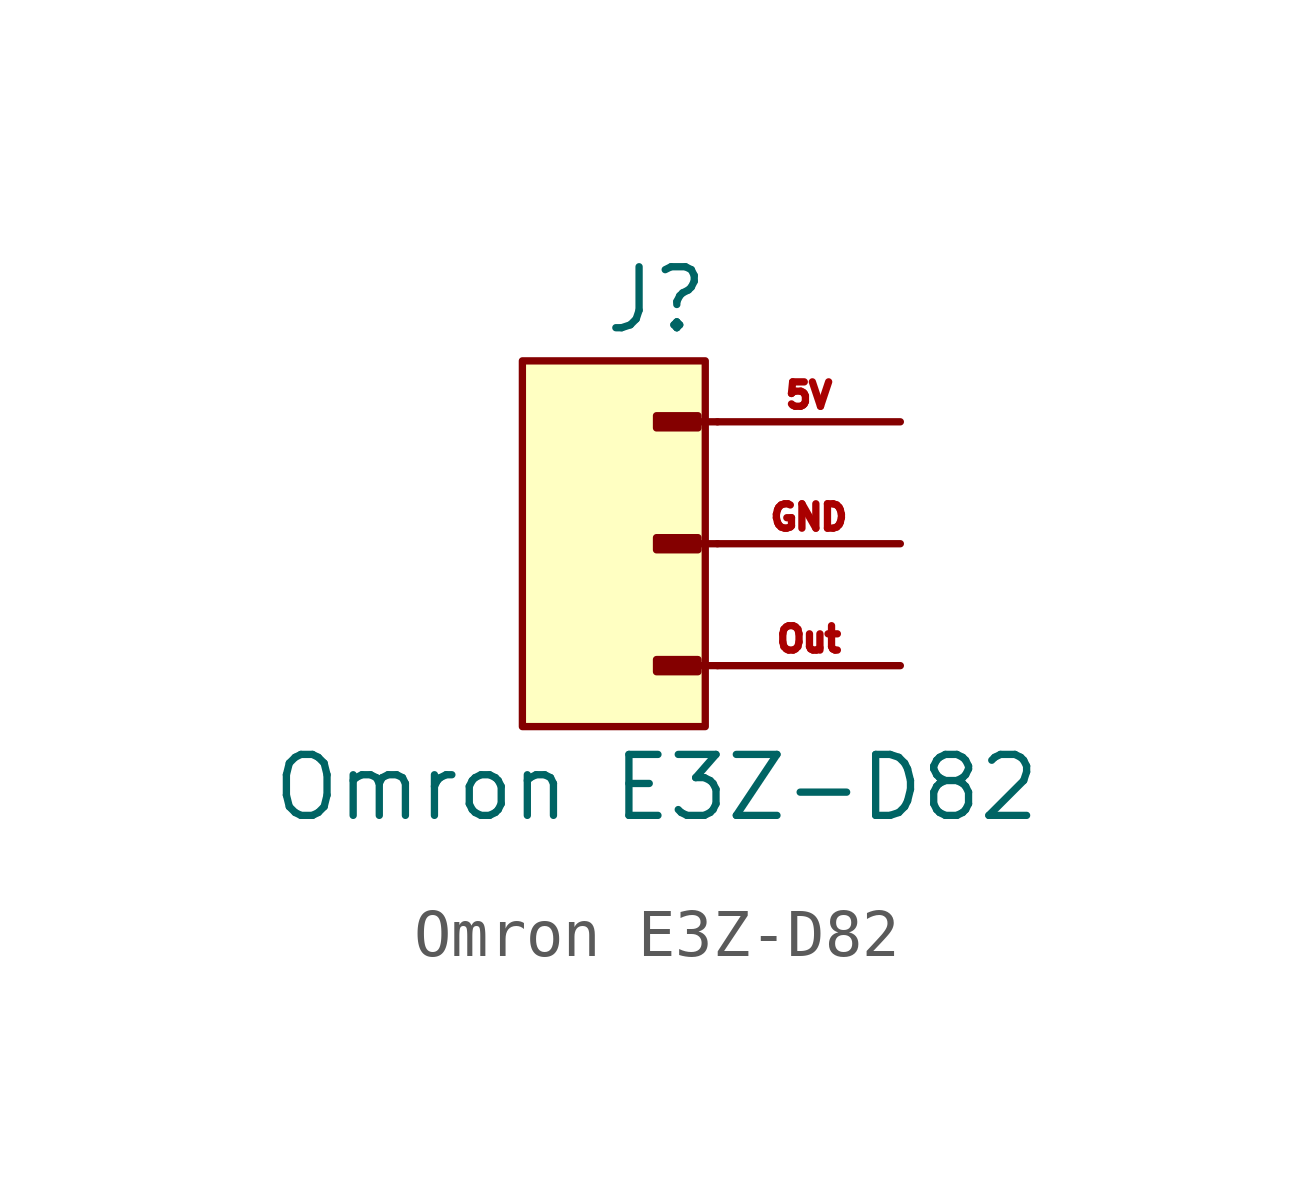
<source format=kicad_sym>
(kicad_symbol_lib
  (version 20241209)
  (generator "kicad_symbol_editor")
  (generator_version "9.0")
  (symbol "Omron E3Z-D82"
    (pin_names
      (offset 1.016)
      (hide yes))
    (property "Reference" "J"
      (at 0 5.08 0)
      (effects (font (size 1.27 1.27))))
    (property "Value" "Omron E3Z-D82"
      (at 0 -5.08 0)
      (effects (font (size 1.27 1.27))))
    (property "ki_locked" ""
      (at 0 0 0)
      (effects (font (size 1.27 1.27))))
    (symbol "Omron E3Z-D82_1_1"
      (rectangle (start -2.794 3.81) (end 1.016 -3.81) (stroke (width 0) (type solid)) (fill (type background)))
      (rectangle (start 0.864 2.667) (end 0 2.413) (stroke (width 0.152) (type default)) (fill (type outline)))
      (rectangle (start 0.864 0.127) (end 0 -0.127) (stroke (width 0.152) (type default)) (fill (type outline)))
      (rectangle (start 0.864 -2.413) (end 0 -2.667) (stroke (width 0.152) (type default)) (fill (type outline)))
      (polyline (pts (xy 1.27 2.54) (xy 0.864 2.54)) (stroke (width 0.152) (type default)) (fill (type none)))
      (polyline (pts (xy 1.27 0) (xy 0.864 0)) (stroke (width 0.152) (type default)) (fill (type none)))
      (polyline (pts (xy 1.27 -2.54) (xy 0.864 -2.54)) (stroke (width 0.152) (type default)) (fill (type none)))
      (pin passive line (at 5.08 2.54 180) (length 3.81) (name "Pin_1" (effects (font (size 1.27 1.27)))) (number "5V" (effects (font (size 0.508 0.508)))))
      (pin passive line (at 5.08 0 180) (length 3.81) (name "Pin_2" (effects (font (size 1.27 1.27)))) (number "GND" (effects (font (size 0.508 0.508)))))
      (pin passive line (at 5.08 -2.54 180) (length 3.81) (name "Pin_3" (effects (font (size 1.27 1.27)))) (number "Out" (effects (font (size 0.508 0.508))))))))
</source>
